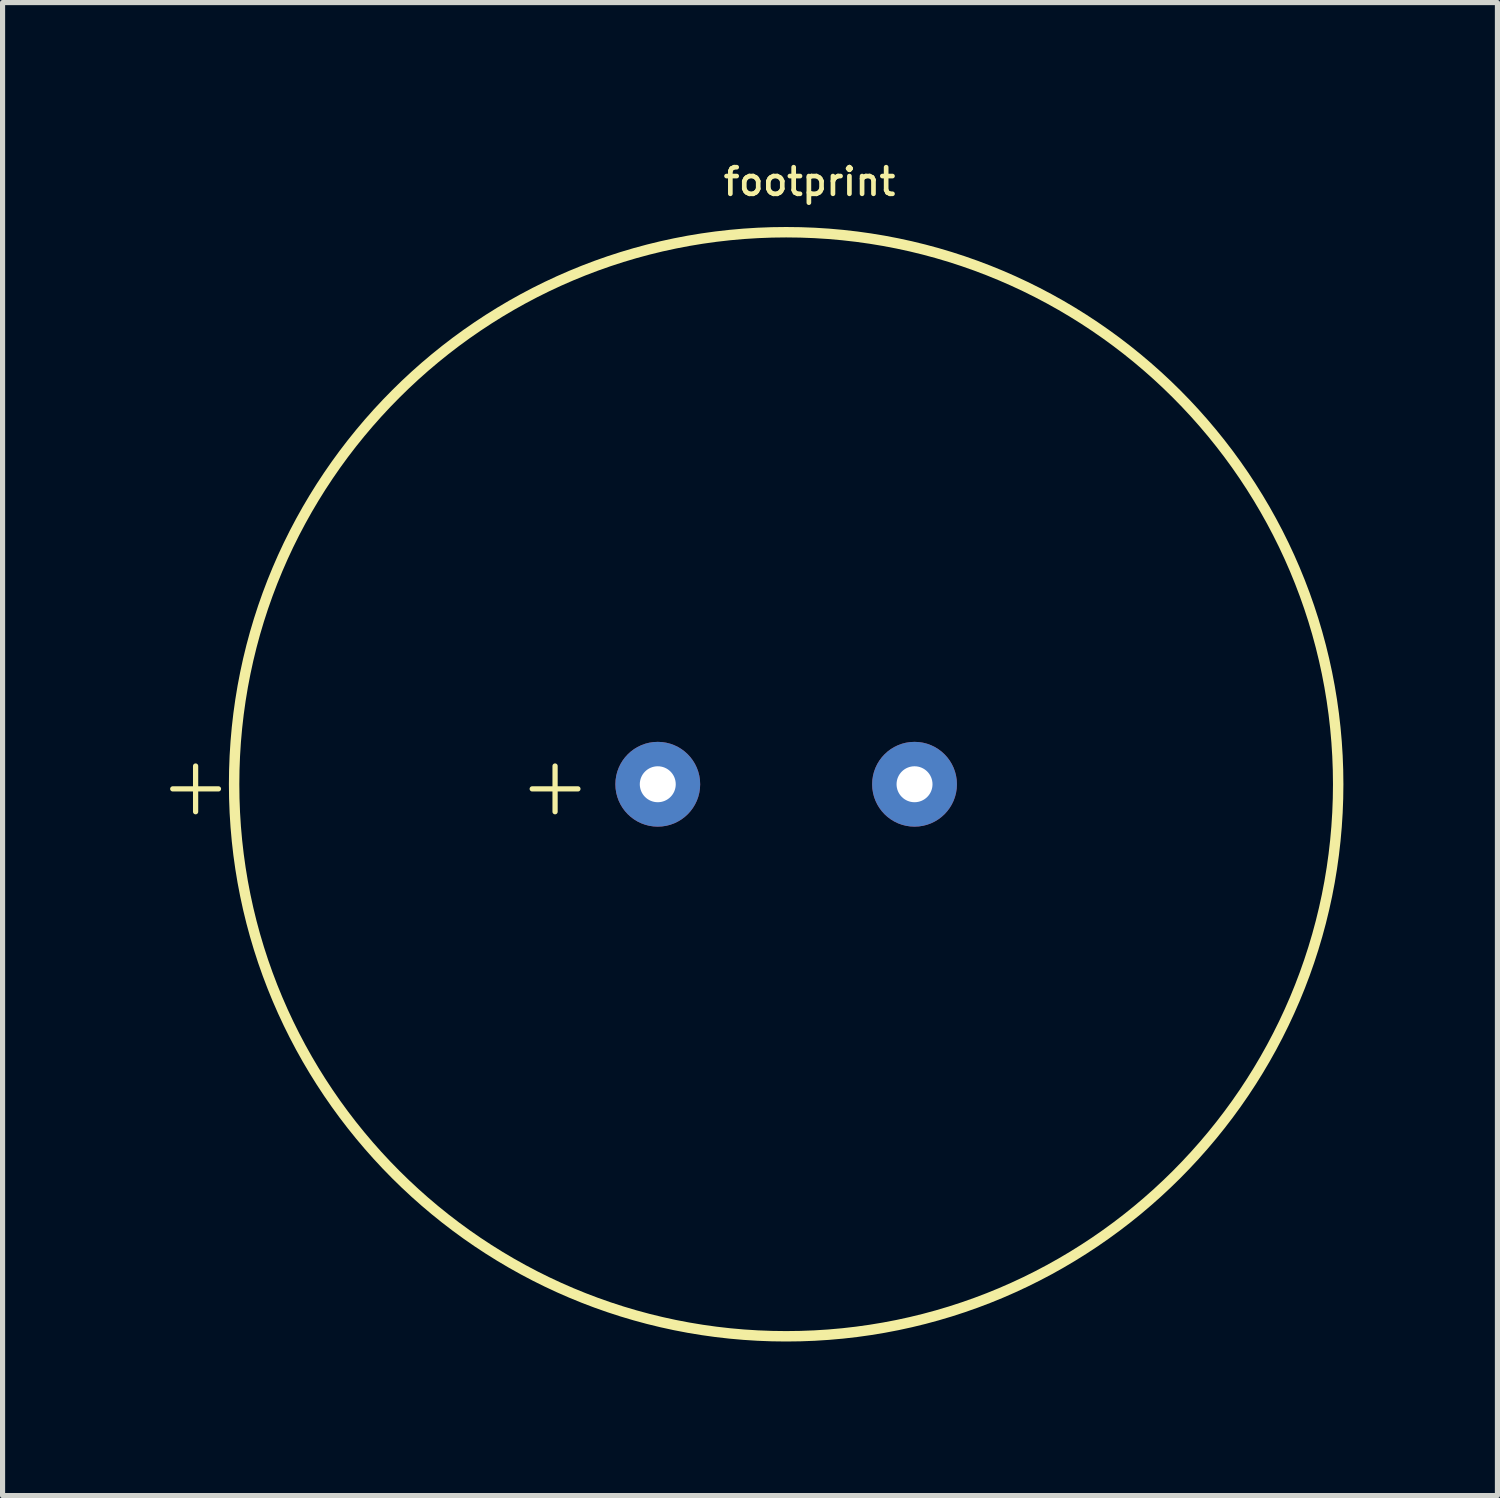
<source format=kicad_pcb>
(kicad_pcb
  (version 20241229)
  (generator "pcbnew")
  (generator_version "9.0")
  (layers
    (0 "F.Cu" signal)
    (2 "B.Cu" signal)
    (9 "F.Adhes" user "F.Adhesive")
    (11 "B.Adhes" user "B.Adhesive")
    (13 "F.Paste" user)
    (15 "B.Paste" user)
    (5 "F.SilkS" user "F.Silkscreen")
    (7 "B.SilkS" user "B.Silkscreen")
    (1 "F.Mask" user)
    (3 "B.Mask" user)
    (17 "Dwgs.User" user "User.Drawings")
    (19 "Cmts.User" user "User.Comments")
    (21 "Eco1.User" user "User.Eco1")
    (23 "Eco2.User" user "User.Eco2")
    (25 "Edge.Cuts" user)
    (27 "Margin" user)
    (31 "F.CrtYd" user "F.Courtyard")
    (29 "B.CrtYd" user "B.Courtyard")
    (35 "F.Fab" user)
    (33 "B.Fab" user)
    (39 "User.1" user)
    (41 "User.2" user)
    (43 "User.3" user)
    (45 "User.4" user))
  (footprint "footprint"
    (layer "F.Cu")
    (at 12.259 12.222)
    (property "Reference" "footprint" (at -1.27 -11.43 0) (layer "F.SilkS") (effects (font (size 0.518 0.518) (thickness 0.091)) (justify left bottom)))
    (fp_circle (center 0 0) (end 10.75 0) (stroke (width 0.203) (type solid)) (fill no) (layer "F.SilkS"))
    (fp_text user "+" (at -11.5 0 0) (layer "F.SilkS") (effects (font (size 1.168 1.168) (thickness 0.102))))
    (fp_text user "+" (at -4.5 0 0) (layer "F.SilkS") (effects (font (size 1.168 1.168) (thickness 0.102))))
    (pad "+" thru_hole circle (at -2.5 0) (size 1.651 1.651) (drill 0.7) (layers "*.Cu" "*.Mask"))
    (pad "-" thru_hole circle (at 2.5 0) (size 1.651 1.651) (drill 0.7) (layers "*.Cu" "*.Mask")))
  (gr_rect
    (start -3 -3)
    (end 26.11 26.074)
    (stroke (width 0.1) (type default))
    (fill no)
    (layer "Edge.Cuts")))
</source>
